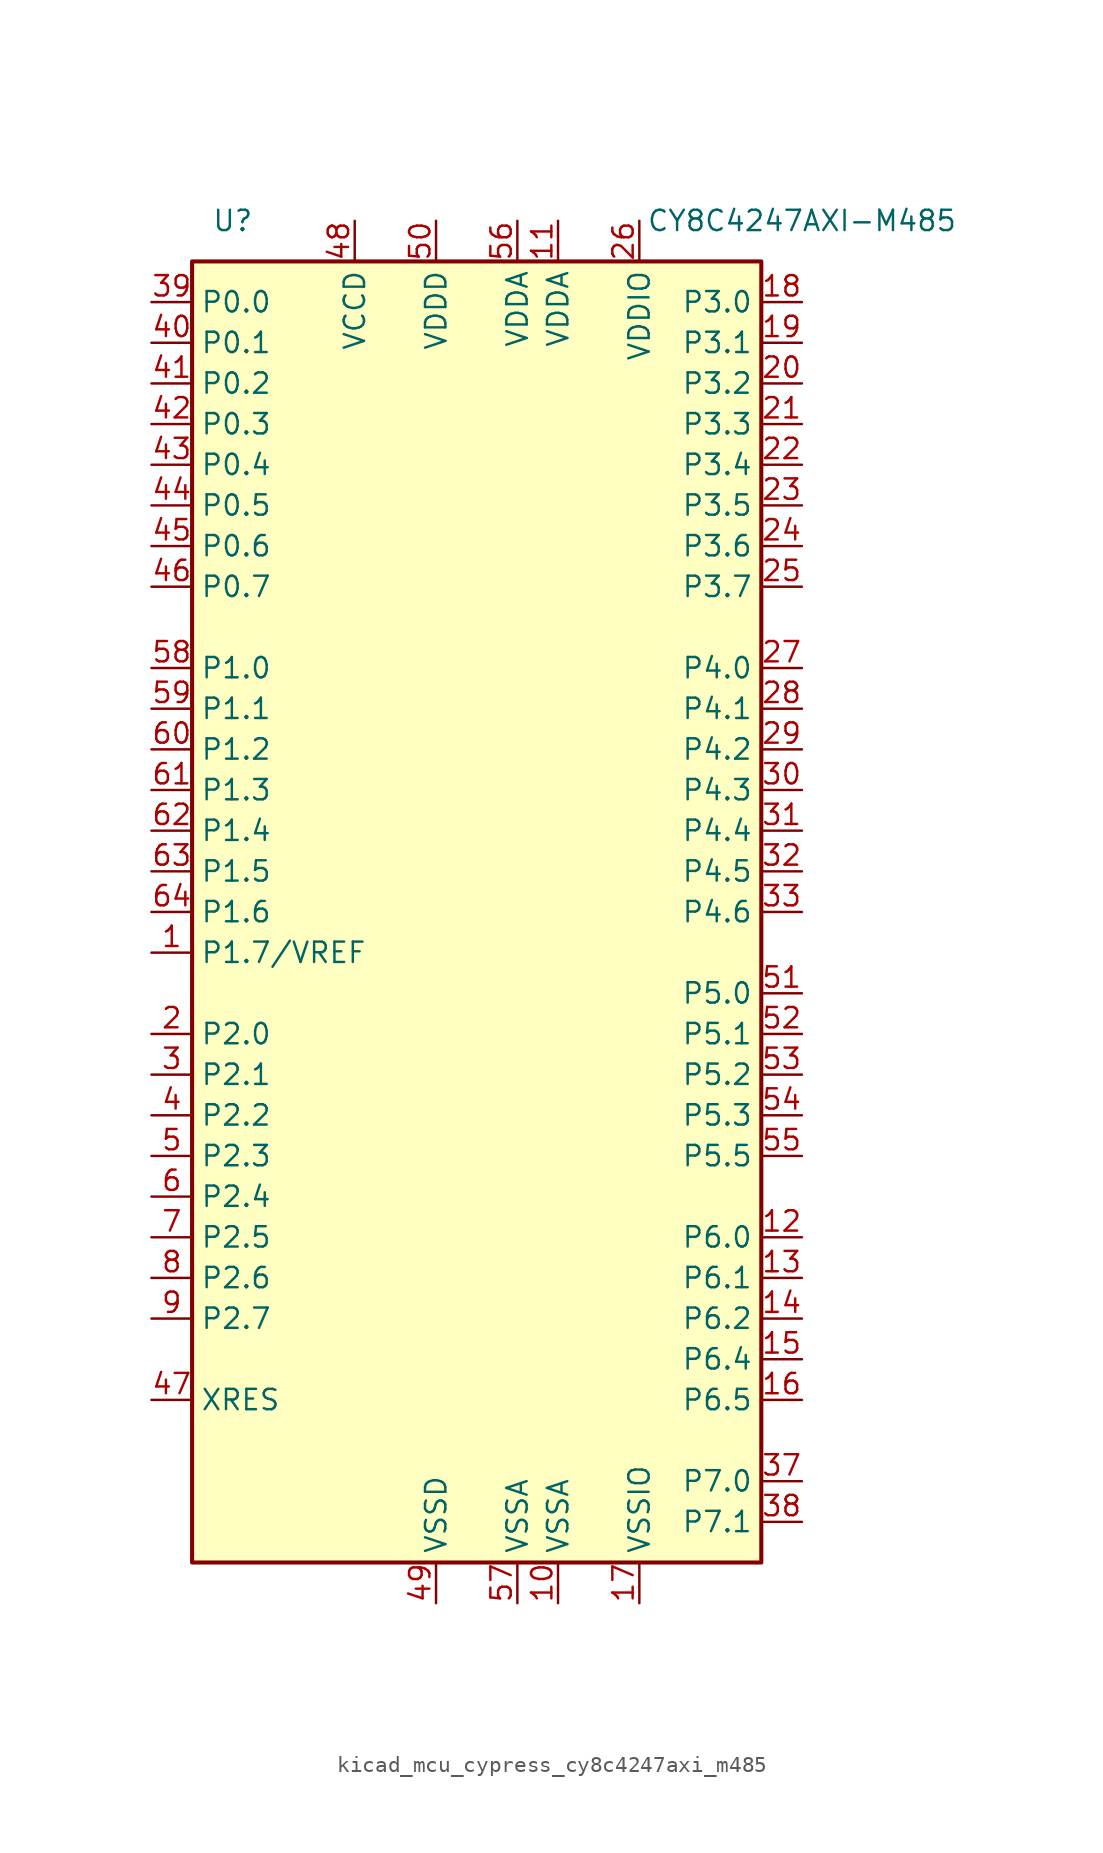
<source format=kicad_sym>
(kicad_symbol_lib
  (version 20220914)
  (generator kicad_symbol_editor)
  (symbol "kicad_mcu_cypress_cy8c4247axi_m485"
    (property "Reference" "U"
      (at -15.24 43.18 0)
      (effects (font (size 1.27 1.27))))
    (property "Value" "CY8C4247AXI-M485"
      (at 20.32 43.18 0)
      (effects (font (size 1.27 1.27))))
    (symbol "kicad_mcu_cypress_cy8c4247axi_m485_0_1"
      (rectangle (start -17.78 40.64) (end 17.78 -40.64) (stroke (width 0.254) (type default)) (fill (type background))))
    (symbol "kicad_mcu_cypress_cy8c4247axi_m485_1_1"
      (pin bidirectional line (at -20.32 -2.54 0) (length 2.54) (name "P1.7/VREF" (effects (font (size 1.27 1.27)))) (number "1" (effects (font (size 1.27 1.27)))))
      (pin power_in line (at 5.08 -43.18 90) (length 2.54) (name "VSSA" (effects (font (size 1.27 1.27)))) (number "10" (effects (font (size 1.27 1.27)))))
      (pin power_in line (at 5.08 43.18 270) (length 2.54) (name "VDDA" (effects (font (size 1.27 1.27)))) (number "11" (effects (font (size 1.27 1.27)))))
      (pin bidirectional line (at 20.32 -20.32 180) (length 2.54) (name "P6.0" (effects (font (size 1.27 1.27)))) (number "12" (effects (font (size 1.27 1.27)))))
      (pin bidirectional line (at 20.32 -22.86 180) (length 2.54) (name "P6.1" (effects (font (size 1.27 1.27)))) (number "13" (effects (font (size 1.27 1.27)))))
      (pin bidirectional line (at 20.32 -25.4 180) (length 2.54) (name "P6.2" (effects (font (size 1.27 1.27)))) (number "14" (effects (font (size 1.27 1.27)))))
      (pin bidirectional line (at 20.32 -27.94 180) (length 2.54) (name "P6.4" (effects (font (size 1.27 1.27)))) (number "15" (effects (font (size 1.27 1.27)))))
      (pin bidirectional line (at 20.32 -30.48 180) (length 2.54) (name "P6.5" (effects (font (size 1.27 1.27)))) (number "16" (effects (font (size 1.27 1.27)))))
      (pin power_in line (at 10.16 -43.18 90) (length 2.54) (name "VSSIO" (effects (font (size 1.27 1.27)))) (number "17" (effects (font (size 1.27 1.27)))))
      (pin bidirectional line (at 20.32 38.1 180) (length 2.54) (name "P3.0" (effects (font (size 1.27 1.27)))) (number "18" (effects (font (size 1.27 1.27)))))
      (pin bidirectional line (at 20.32 35.56 180) (length 2.54) (name "P3.1" (effects (font (size 1.27 1.27)))) (number "19" (effects (font (size 1.27 1.27)))))
      (pin bidirectional line (at -20.32 -7.62 0) (length 2.54) (name "P2.0" (effects (font (size 1.27 1.27)))) (number "2" (effects (font (size 1.27 1.27)))))
      (pin bidirectional line (at 20.32 33.02 180) (length 2.54) (name "P3.2" (effects (font (size 1.27 1.27)))) (number "20" (effects (font (size 1.27 1.27)))))
      (pin bidirectional line (at 20.32 30.48 180) (length 2.54) (name "P3.3" (effects (font (size 1.27 1.27)))) (number "21" (effects (font (size 1.27 1.27)))))
      (pin bidirectional line (at 20.32 27.94 180) (length 2.54) (name "P3.4" (effects (font (size 1.27 1.27)))) (number "22" (effects (font (size 1.27 1.27)))))
      (pin bidirectional line (at 20.32 25.4 180) (length 2.54) (name "P3.5" (effects (font (size 1.27 1.27)))) (number "23" (effects (font (size 1.27 1.27)))))
      (pin bidirectional line (at 20.32 22.86 180) (length 2.54) (name "P3.6" (effects (font (size 1.27 1.27)))) (number "24" (effects (font (size 1.27 1.27)))))
      (pin bidirectional line (at 20.32 20.32 180) (length 2.54) (name "P3.7" (effects (font (size 1.27 1.27)))) (number "25" (effects (font (size 1.27 1.27)))))
      (pin power_in line (at 10.16 43.18 270) (length 2.54) (name "VDDIO" (effects (font (size 1.27 1.27)))) (number "26" (effects (font (size 1.27 1.27)))))
      (pin bidirectional line (at 20.32 15.24 180) (length 2.54) (name "P4.0" (effects (font (size 1.27 1.27)))) (number "27" (effects (font (size 1.27 1.27)))))
      (pin bidirectional line (at 20.32 12.7 180) (length 2.54) (name "P4.1" (effects (font (size 1.27 1.27)))) (number "28" (effects (font (size 1.27 1.27)))))
      (pin bidirectional line (at 20.32 10.16 180) (length 2.54) (name "P4.2" (effects (font (size 1.27 1.27)))) (number "29" (effects (font (size 1.27 1.27)))))
      (pin bidirectional line (at -20.32 -10.16 0) (length 2.54) (name "P2.1" (effects (font (size 1.27 1.27)))) (number "3" (effects (font (size 1.27 1.27)))))
      (pin bidirectional line (at 20.32 7.62 180) (length 2.54) (name "P4.3" (effects (font (size 1.27 1.27)))) (number "30" (effects (font (size 1.27 1.27)))))
      (pin bidirectional line (at 20.32 5.08 180) (length 2.54) (name "P4.4" (effects (font (size 1.27 1.27)))) (number "31" (effects (font (size 1.27 1.27)))))
      (pin bidirectional line (at 20.32 2.54 180) (length 2.54) (name "P4.5" (effects (font (size 1.27 1.27)))) (number "32" (effects (font (size 1.27 1.27)))))
      (pin bidirectional line (at 20.32 0 180) (length 2.54) (name "P4.6" (effects (font (size 1.27 1.27)))) (number "33" (effects (font (size 1.27 1.27)))))
      (pin bidirectional line (at 20.32 -35.56 180) (length 2.54) (name "P7.0" (effects (font (size 1.27 1.27)))) (number "37" (effects (font (size 1.27 1.27)))))
      (pin bidirectional line (at 20.32 -38.1 180) (length 2.54) (name "P7.1" (effects (font (size 1.27 1.27)))) (number "38" (effects (font (size 1.27 1.27)))))
      (pin bidirectional line (at -20.32 38.1 0) (length 2.54) (name "P0.0" (effects (font (size 1.27 1.27)))) (number "39" (effects (font (size 1.27 1.27)))))
      (pin bidirectional line (at -20.32 -12.7 0) (length 2.54) (name "P2.2" (effects (font (size 1.27 1.27)))) (number "4" (effects (font (size 1.27 1.27)))))
      (pin bidirectional line (at -20.32 35.56 0) (length 2.54) (name "P0.1" (effects (font (size 1.27 1.27)))) (number "40" (effects (font (size 1.27 1.27)))))
      (pin bidirectional line (at -20.32 33.02 0) (length 2.54) (name "P0.2" (effects (font (size 1.27 1.27)))) (number "41" (effects (font (size 1.27 1.27)))))
      (pin bidirectional line (at -20.32 30.48 0) (length 2.54) (name "P0.3" (effects (font (size 1.27 1.27)))) (number "42" (effects (font (size 1.27 1.27)))))
      (pin bidirectional line (at -20.32 27.94 0) (length 2.54) (name "P0.4" (effects (font (size 1.27 1.27)))) (number "43" (effects (font (size 1.27 1.27)))))
      (pin bidirectional line (at -20.32 25.4 0) (length 2.54) (name "P0.5" (effects (font (size 1.27 1.27)))) (number "44" (effects (font (size 1.27 1.27)))))
      (pin bidirectional line (at -20.32 22.86 0) (length 2.54) (name "P0.6" (effects (font (size 1.27 1.27)))) (number "45" (effects (font (size 1.27 1.27)))))
      (pin bidirectional line (at -20.32 20.32 0) (length 2.54) (name "P0.7" (effects (font (size 1.27 1.27)))) (number "46" (effects (font (size 1.27 1.27)))))
      (pin input line (at -20.32 -30.48 0) (length 2.54) (name "XRES" (effects (font (size 1.27 1.27)))) (number "47" (effects (font (size 1.27 1.27)))))
      (pin power_out line (at -7.62 43.18 270) (length 2.54) (name "VCCD" (effects (font (size 1.27 1.27)))) (number "48" (effects (font (size 1.27 1.27)))))
      (pin power_in line (at -2.54 -43.18 90) (length 2.54) (name "VSSD" (effects (font (size 1.27 1.27)))) (number "49" (effects (font (size 1.27 1.27)))))
      (pin bidirectional line (at -20.32 -15.24 0) (length 2.54) (name "P2.3" (effects (font (size 1.27 1.27)))) (number "5" (effects (font (size 1.27 1.27)))))
      (pin power_in line (at -2.54 43.18 270) (length 2.54) (name "VDDD" (effects (font (size 1.27 1.27)))) (number "50" (effects (font (size 1.27 1.27)))))
      (pin bidirectional line (at 20.32 -5.08 180) (length 2.54) (name "P5.0" (effects (font (size 1.27 1.27)))) (number "51" (effects (font (size 1.27 1.27)))))
      (pin bidirectional line (at 20.32 -7.62 180) (length 2.54) (name "P5.1" (effects (font (size 1.27 1.27)))) (number "52" (effects (font (size 1.27 1.27)))))
      (pin bidirectional line (at 20.32 -10.16 180) (length 2.54) (name "P5.2" (effects (font (size 1.27 1.27)))) (number "53" (effects (font (size 1.27 1.27)))))
      (pin bidirectional line (at 20.32 -12.7 180) (length 2.54) (name "P5.3" (effects (font (size 1.27 1.27)))) (number "54" (effects (font (size 1.27 1.27)))))
      (pin bidirectional line (at 20.32 -15.24 180) (length 2.54) (name "P5.5" (effects (font (size 1.27 1.27)))) (number "55" (effects (font (size 1.27 1.27)))))
      (pin power_in line (at 2.54 43.18 270) (length 2.54) (name "VDDA" (effects (font (size 1.27 1.27)))) (number "56" (effects (font (size 1.27 1.27)))))
      (pin power_in line (at 2.54 -43.18 90) (length 2.54) (name "VSSA" (effects (font (size 1.27 1.27)))) (number "57" (effects (font (size 1.27 1.27)))))
      (pin bidirectional line (at -20.32 15.24 0) (length 2.54) (name "P1.0" (effects (font (size 1.27 1.27)))) (number "58" (effects (font (size 1.27 1.27)))))
      (pin bidirectional line (at -20.32 12.7 0) (length 2.54) (name "P1.1" (effects (font (size 1.27 1.27)))) (number "59" (effects (font (size 1.27 1.27)))))
      (pin bidirectional line (at -20.32 -17.78 0) (length 2.54) (name "P2.4" (effects (font (size 1.27 1.27)))) (number "6" (effects (font (size 1.27 1.27)))))
      (pin bidirectional line (at -20.32 10.16 0) (length 2.54) (name "P1.2" (effects (font (size 1.27 1.27)))) (number "60" (effects (font (size 1.27 1.27)))))
      (pin bidirectional line (at -20.32 7.62 0) (length 2.54) (name "P1.3" (effects (font (size 1.27 1.27)))) (number "61" (effects (font (size 1.27 1.27)))))
      (pin bidirectional line (at -20.32 5.08 0) (length 2.54) (name "P1.4" (effects (font (size 1.27 1.27)))) (number "62" (effects (font (size 1.27 1.27)))))
      (pin bidirectional line (at -20.32 2.54 0) (length 2.54) (name "P1.5" (effects (font (size 1.27 1.27)))) (number "63" (effects (font (size 1.27 1.27)))))
      (pin bidirectional line (at -20.32 0 0) (length 2.54) (name "P1.6" (effects (font (size 1.27 1.27)))) (number "64" (effects (font (size 1.27 1.27)))))
      (pin bidirectional line (at -20.32 -20.32 0) (length 2.54) (name "P2.5" (effects (font (size 1.27 1.27)))) (number "7" (effects (font (size 1.27 1.27)))))
      (pin bidirectional line (at -20.32 -22.86 0) (length 2.54) (name "P2.6" (effects (font (size 1.27 1.27)))) (number "8" (effects (font (size 1.27 1.27)))))
      (pin bidirectional line (at -20.32 -25.4 0) (length 2.54) (name "P2.7" (effects (font (size 1.27 1.27)))) (number "9" (effects (font (size 1.27 1.27))))))))
</source>
